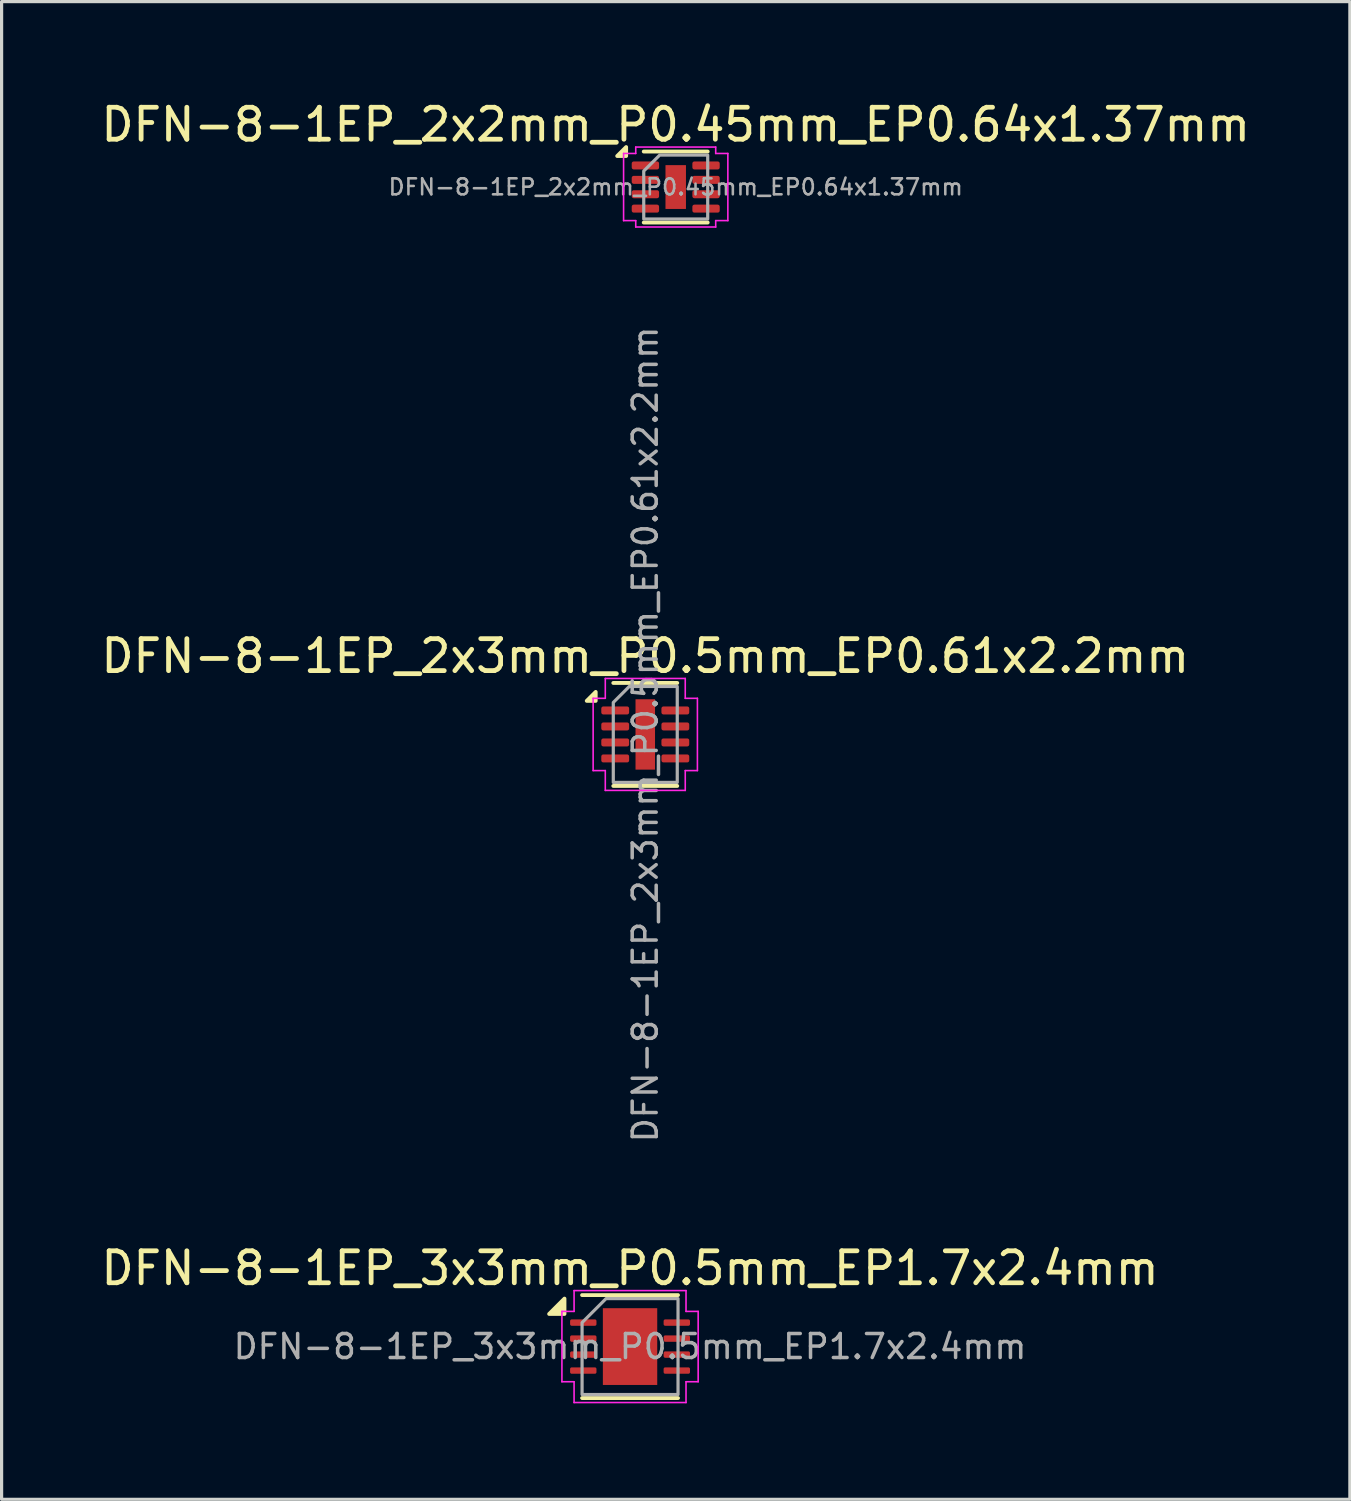
<source format=kicad_pcb>
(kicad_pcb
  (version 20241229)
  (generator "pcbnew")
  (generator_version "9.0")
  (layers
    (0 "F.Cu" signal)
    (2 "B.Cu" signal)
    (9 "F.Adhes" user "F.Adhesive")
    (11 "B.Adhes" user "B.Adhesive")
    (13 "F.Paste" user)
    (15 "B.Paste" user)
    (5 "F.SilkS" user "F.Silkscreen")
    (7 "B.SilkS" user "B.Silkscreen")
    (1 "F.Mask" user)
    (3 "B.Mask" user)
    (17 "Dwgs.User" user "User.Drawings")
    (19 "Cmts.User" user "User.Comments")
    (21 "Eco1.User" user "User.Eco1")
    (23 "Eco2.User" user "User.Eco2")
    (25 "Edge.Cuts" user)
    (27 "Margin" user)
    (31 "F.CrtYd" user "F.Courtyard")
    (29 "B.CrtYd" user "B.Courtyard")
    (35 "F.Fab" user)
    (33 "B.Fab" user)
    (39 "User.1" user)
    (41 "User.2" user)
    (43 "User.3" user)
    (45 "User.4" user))
  (footprint "DFN-8-1EP_3x3mm_P0.5mm_EP1.7x2.4mm"
    (layer "F.Cu")
    (at 16.649 39.052)
    (property "Reference" "DFN-8-1EP_3x3mm_P0.5mm_EP1.7x2.4mm" (at 0 -2.45 0) (layer "F.SilkS") (effects (font (size 1 1) (thickness 0.15))))
    (attr smd)
    (fp_line (start -1.5 -1.61) (end 1.5 -1.61) (stroke (width 0.12) (type solid)) (layer "F.SilkS"))
    (fp_line (start -1.5 1.61) (end 1.5 1.61) (stroke (width 0.12) (type solid)) (layer "F.SilkS"))
    (fp_poly (pts (xy -2.05 -1.02) (xy -2.53 -1.02) (xy -2.05 -1.5)) (stroke (width 0.12) (type solid)) (fill yes) (layer "F.SilkS"))
    (fp_line (start -2.13 -1.1) (end -1.75 -1.1) (stroke (width 0.05) (type solid)) (layer "F.CrtYd"))
    (fp_line (start -2.13 1.1) (end -2.13 -1.1) (stroke (width 0.05) (type solid)) (layer "F.CrtYd"))
    (fp_line (start -1.75 -1.75) (end 1.75 -1.75) (stroke (width 0.05) (type solid)) (layer "F.CrtYd"))
    (fp_line (start -1.75 -1.1) (end -1.75 -1.75) (stroke (width 0.05) (type solid)) (layer "F.CrtYd"))
    (fp_line (start -1.75 1.1) (end -2.13 1.1) (stroke (width 0.05) (type solid)) (layer "F.CrtYd"))
    (fp_line (start -1.75 1.75) (end -1.75 1.1) (stroke (width 0.05) (type solid)) (layer "F.CrtYd"))
    (fp_line (start 1.75 -1.75) (end 1.75 -1.1) (stroke (width 0.05) (type solid)) (layer "F.CrtYd"))
    (fp_line (start 1.75 -1.1) (end 2.13 -1.1) (stroke (width 0.05) (type solid)) (layer "F.CrtYd"))
    (fp_line (start 1.75 1.1) (end 1.75 1.75) (stroke (width 0.05) (type solid)) (layer "F.CrtYd"))
    (fp_line (start 1.75 1.75) (end -1.75 1.75) (stroke (width 0.05) (type solid)) (layer "F.CrtYd"))
    (fp_line (start 2.13 -1.1) (end 2.13 1.1) (stroke (width 0.05) (type solid)) (layer "F.CrtYd"))
    (fp_line (start 2.13 1.1) (end 1.75 1.1) (stroke (width 0.05) (type solid)) (layer "F.CrtYd"))
    (fp_poly (pts (xy -1.5 -0.75) (xy -1.5 1.5) (xy 1.5 1.5) (xy 1.5 -1.5) (xy -0.75 -1.5)) (stroke (width 0.1) (type solid)) (fill no) (layer "F.Fab"))
    (fp_text user "${REFERENCE}" (at 0 0 0) (layer "F.Fab") (effects (font (size 0.75 0.75) (thickness 0.11))))
    (pad "" smd roundrect (at 0 0) (size 1.37 1.93) (layers "F.Paste") (roundrect_rratio 0.182))
    (pad "1" smd roundrect (at -1.462 -0.75) (size 0.825 0.2) (layers "F.Cu" "F.Mask" "F.Paste") (roundrect_rratio 0.25))
    (pad "2" smd roundrect (at -1.462 -0.25) (size 0.825 0.2) (layers "F.Cu" "F.Mask" "F.Paste") (roundrect_rratio 0.25))
    (pad "3" smd roundrect (at -1.462 0.25) (size 0.825 0.2) (layers "F.Cu" "F.Mask" "F.Paste") (roundrect_rratio 0.25))
    (pad "4" smd roundrect (at -1.462 0.75) (size 0.825 0.2) (layers "F.Cu" "F.Mask" "F.Paste") (roundrect_rratio 0.25))
    (pad "5" smd roundrect (at 1.462 0.75) (size 0.825 0.2) (layers "F.Cu" "F.Mask" "F.Paste") (roundrect_rratio 0.25))
    (pad "6" smd roundrect (at 1.462 0.25) (size 0.825 0.2) (layers "F.Cu" "F.Mask" "F.Paste") (roundrect_rratio 0.25))
    (pad "7" smd roundrect (at 1.462 -0.25) (size 0.825 0.2) (layers "F.Cu" "F.Mask" "F.Paste") (roundrect_rratio 0.25))
    (pad "8" smd roundrect (at 1.462 -0.75) (size 0.825 0.2) (layers "F.Cu" "F.Mask" "F.Paste") (roundrect_rratio 0.25))
    (pad "9" smd rect (at 0 0) (size 1.7 2.4) (property pad_prop_heatsink) (layers "F.Cu" "F.Mask")))
  (footprint "DFN-8-1EP_2x2mm_P0.45mm_EP0.64x1.37mm"
    (layer "F.Cu")
    (at 18.077 2.798)
    (property "Reference" "DFN-8-1EP_2x2mm_P0.45mm_EP0.64x1.37mm" (at 0 -1.95 0) (layer "F.SilkS") (effects (font (size 1 1) (thickness 0.15))))
    (attr smd)
    (fp_line (start -1 -1.11) (end 1 -1.11) (stroke (width 0.12) (type solid)) (layer "F.SilkS"))
    (fp_line (start -1 1.11) (end 1 1.11) (stroke (width 0.12) (type solid)) (layer "F.SilkS"))
    (fp_poly (pts (xy -1.55 -0.97) (xy -1.83 -0.97) (xy -1.55 -1.25)) (stroke (width 0.12) (type solid)) (fill yes) (layer "F.SilkS"))
    (fp_line (start -1.63 -1.05) (end -1.25 -1.05) (stroke (width 0.05) (type solid)) (layer "F.CrtYd"))
    (fp_line (start -1.63 1.05) (end -1.63 -1.05) (stroke (width 0.05) (type solid)) (layer "F.CrtYd"))
    (fp_line (start -1.25 -1.25) (end 1.25 -1.25) (stroke (width 0.05) (type solid)) (layer "F.CrtYd"))
    (fp_line (start -1.25 -1.05) (end -1.25 -1.25) (stroke (width 0.05) (type solid)) (layer "F.CrtYd"))
    (fp_line (start -1.25 1.05) (end -1.63 1.05) (stroke (width 0.05) (type solid)) (layer "F.CrtYd"))
    (fp_line (start -1.25 1.25) (end -1.25 1.05) (stroke (width 0.05) (type solid)) (layer "F.CrtYd"))
    (fp_line (start 1.25 -1.25) (end 1.25 -1.05) (stroke (width 0.05) (type solid)) (layer "F.CrtYd"))
    (fp_line (start 1.25 -1.05) (end 1.63 -1.05) (stroke (width 0.05) (type solid)) (layer "F.CrtYd"))
    (fp_line (start 1.25 1.05) (end 1.25 1.25) (stroke (width 0.05) (type solid)) (layer "F.CrtYd"))
    (fp_line (start 1.25 1.25) (end -1.25 1.25) (stroke (width 0.05) (type solid)) (layer "F.CrtYd"))
    (fp_line (start 1.63 -1.05) (end 1.63 1.05) (stroke (width 0.05) (type solid)) (layer "F.CrtYd"))
    (fp_line (start 1.63 1.05) (end 1.25 1.05) (stroke (width 0.05) (type solid)) (layer "F.CrtYd"))
    (fp_poly (pts (xy -1 -0.5) (xy -1 1) (xy 1 1) (xy 1 -1) (xy -0.5 -1)) (stroke (width 0.1) (type solid)) (fill no) (layer "F.Fab"))
    (fp_text user "${REFERENCE}" (at 0 0 0) (layer "F.Fab") (effects (font (size 0.5 0.5) (thickness 0.08))))
    (pad "" smd roundrect (at 0 -0.34) (size 0.52 0.55) (layers "F.Paste") (roundrect_rratio 0.25))
    (pad "" smd roundrect (at 0 0.34) (size 0.52 0.55) (layers "F.Paste") (roundrect_rratio 0.25))
    (pad "1" smd roundrect (at -0.948 -0.675) (size 0.855 0.25) (layers "F.Cu" "F.Mask" "F.Paste") (roundrect_rratio 0.25))
    (pad "2" smd roundrect (at -0.948 -0.225) (size 0.855 0.25) (layers "F.Cu" "F.Mask" "F.Paste") (roundrect_rratio 0.25))
    (pad "3" smd roundrect (at -0.948 0.225) (size 0.855 0.25) (layers "F.Cu" "F.Mask" "F.Paste") (roundrect_rratio 0.25))
    (pad "4" smd roundrect (at -0.948 0.675) (size 0.855 0.25) (layers "F.Cu" "F.Mask" "F.Paste") (roundrect_rratio 0.25))
    (pad "5" smd roundrect (at 0.948 0.675) (size 0.855 0.25) (layers "F.Cu" "F.Mask" "F.Paste") (roundrect_rratio 0.25))
    (pad "6" smd roundrect (at 0.948 0.225) (size 0.855 0.25) (layers "F.Cu" "F.Mask" "F.Paste") (roundrect_rratio 0.25))
    (pad "7" smd roundrect (at 0.948 -0.225) (size 0.855 0.25) (layers "F.Cu" "F.Mask" "F.Paste") (roundrect_rratio 0.25))
    (pad "8" smd roundrect (at 0.948 -0.675) (size 0.855 0.25) (layers "F.Cu" "F.Mask" "F.Paste") (roundrect_rratio 0.25))
    (pad "9" smd rect (at 0 0) (size 0.64 1.37) (property pad_prop_heatsink) (layers "F.Cu" "F.Mask")))
  (footprint "DFN-8-1EP_2x3mm_P0.5mm_EP0.61x2.2mm"
    (layer "F.Cu")
    (at 17.125 19.913)
    (property "Reference" "DFN-8-1EP_2x3mm_P0.5mm_EP0.61x2.2mm" (at 0 -2.45 0) (layer "F.SilkS") (effects (font (size 1 1) (thickness 0.15))))
    (attr smd)
    (fp_line (start -1 -1.61) (end 1 -1.61) (stroke (width 0.12) (type solid)) (layer "F.SilkS"))
    (fp_line (start -1 1.61) (end 1 1.61) (stroke (width 0.12) (type solid)) (layer "F.SilkS"))
    (fp_poly (pts (xy -1.55 -1.05) (xy -1.83 -1.05) (xy -1.55 -1.33)) (stroke (width 0.12) (type solid)) (fill yes) (layer "F.SilkS"))
    (fp_line (start -1.63 -1.13) (end -1.25 -1.13) (stroke (width 0.05) (type solid)) (layer "F.CrtYd"))
    (fp_line (start -1.63 1.13) (end -1.63 -1.13) (stroke (width 0.05) (type solid)) (layer "F.CrtYd"))
    (fp_line (start -1.25 -1.75) (end 1.25 -1.75) (stroke (width 0.05) (type solid)) (layer "F.CrtYd"))
    (fp_line (start -1.25 -1.13) (end -1.25 -1.75) (stroke (width 0.05) (type solid)) (layer "F.CrtYd"))
    (fp_line (start -1.25 1.13) (end -1.63 1.13) (stroke (width 0.05) (type solid)) (layer "F.CrtYd"))
    (fp_line (start -1.25 1.75) (end -1.25 1.13) (stroke (width 0.05) (type solid)) (layer "F.CrtYd"))
    (fp_line (start 1.25 -1.75) (end 1.25 -1.13) (stroke (width 0.05) (type solid)) (layer "F.CrtYd"))
    (fp_line (start 1.25 -1.13) (end 1.63 -1.13) (stroke (width 0.05) (type solid)) (layer "F.CrtYd"))
    (fp_line (start 1.25 1.13) (end 1.25 1.75) (stroke (width 0.05) (type solid)) (layer "F.CrtYd"))
    (fp_line (start 1.25 1.75) (end -1.25 1.75) (stroke (width 0.05) (type solid)) (layer "F.CrtYd"))
    (fp_line (start 1.63 -1.13) (end 1.63 1.13) (stroke (width 0.05) (type solid)) (layer "F.CrtYd"))
    (fp_line (start 1.63 1.13) (end 1.25 1.13) (stroke (width 0.05) (type solid)) (layer "F.CrtYd"))
    (fp_poly (pts (xy -1 -1) (xy -1 1.5) (xy 1 1.5) (xy 1 -1.5) (xy -0.5 -1.5)) (stroke (width 0.1) (type solid)) (fill no) (layer "F.Fab"))
    (fp_text user "${REFERENCE}" (at 0 0 90) (layer "F.Fab") (effects (font (size 0.75 0.75) (thickness 0.11))))
    (pad "" smd roundrect (at 0 -0.55) (size 0.49 0.89) (layers "F.Paste") (roundrect_rratio 0.25))
    (pad "" smd roundrect (at 0 0.55) (size 0.49 0.89) (layers "F.Paste") (roundrect_rratio 0.25))
    (pad "1" smd roundrect (at -0.94 -0.75) (size 0.87 0.25) (layers "F.Cu" "F.Mask" "F.Paste") (roundrect_rratio 0.25))
    (pad "2" smd roundrect (at -0.94 -0.25) (size 0.87 0.25) (layers "F.Cu" "F.Mask" "F.Paste") (roundrect_rratio 0.25))
    (pad "3" smd roundrect (at -0.94 0.25) (size 0.87 0.25) (layers "F.Cu" "F.Mask" "F.Paste") (roundrect_rratio 0.25))
    (pad "4" smd roundrect (at -0.94 0.75) (size 0.87 0.25) (layers "F.Cu" "F.Mask" "F.Paste") (roundrect_rratio 0.25))
    (pad "5" smd roundrect (at 0.94 0.75) (size 0.87 0.25) (layers "F.Cu" "F.Mask" "F.Paste") (roundrect_rratio 0.25))
    (pad "6" smd roundrect (at 0.94 0.25) (size 0.87 0.25) (layers "F.Cu" "F.Mask" "F.Paste") (roundrect_rratio 0.25))
    (pad "7" smd roundrect (at 0.94 -0.25) (size 0.87 0.25) (layers "F.Cu" "F.Mask" "F.Paste") (roundrect_rratio 0.25))
    (pad "8" smd roundrect (at 0.94 -0.75) (size 0.87 0.25) (layers "F.Cu" "F.Mask" "F.Paste") (roundrect_rratio 0.25))
    (pad "9" smd rect (at 0 0) (size 0.61 2.2) (property pad_prop_heatsink) (layers "F.Cu" "F.Mask")))
  (gr_rect
    (start -3 -3)
    (end 39.155 43.827)
    (stroke (width 0.1) (type default))
    (fill no)
    (layer "Edge.Cuts")))
</source>
